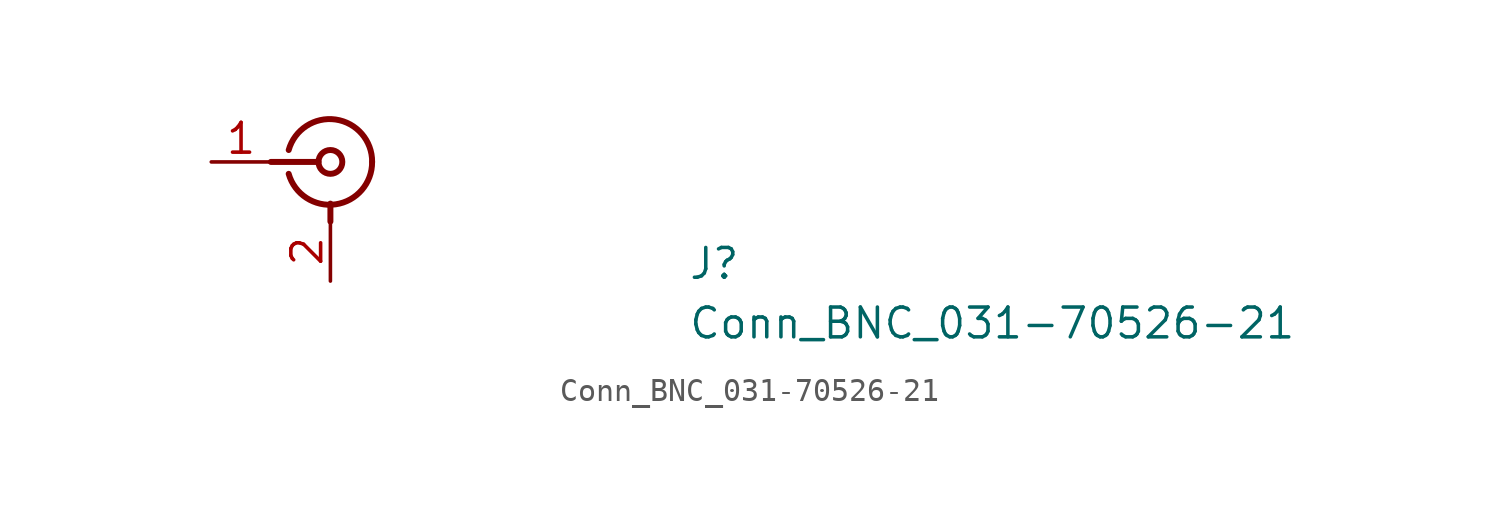
<source format=kicad_sym>
(kicad_symbol_lib
  (version 20211014)
  (generator kicad_symbol_editor)
  (symbol "Conn_BNC_031-70526-21"
    (pin_names hide)
    (property "Reference" "J"
      (at 20.32 -5.08 0)
      (effects (font (size 1.27 1.27) (thickness 0.15)) (justify left bottom)))
    (property "Value" "Conn_BNC_031-70526-21"
      (at 20.32 -7.62 0)
      (effects (font (size 1.27 1.27) (thickness 0.15)) (justify left bottom)))
    (symbol "Conn_BNC_031-70526-21_1_1"
      (polyline (pts (xy 2.54 0) (xy 4.572 0)) (stroke (width 0.254) (type default) (color 0 0 0 0)) (fill (type none)))
      (polyline (pts (xy 5.08 -2.54) (xy 5.08 -1.778)) (stroke (width 0.254) (type default) (color 0 0 0 0)) (fill (type none)))
      (arc (start 3.302 -0.508) (mid 5.3111 -1.8066) (end 6.858 0) (stroke (width 0.254) (type default) (color 0 0 0 0)) (fill (type none)))
      (circle (center 5.08 0) (radius 0.508) (stroke (width 0.254) (type default) (color 0 0 0 0)) (fill (type none)))
      (arc (start 6.858 0) (mid 5.2899 1.8101) (end 3.302 0.508) (stroke (width 0.254) (type default) (color 0 0 0 0)) (fill (type none)))
      (pin passive line (at 0 0 0) (length 2.54) (name "1" (effects (font (size 1.27 1.27)))) (number "1" (effects (font (size 1.27 1.27)))))
      (pin passive line (at 5.08 -5.08 90) (length 2.54) (name "2" (effects (font (size 1.27 1.27)))) (number "2" (effects (font (size 1.27 1.27))))))))
</source>
